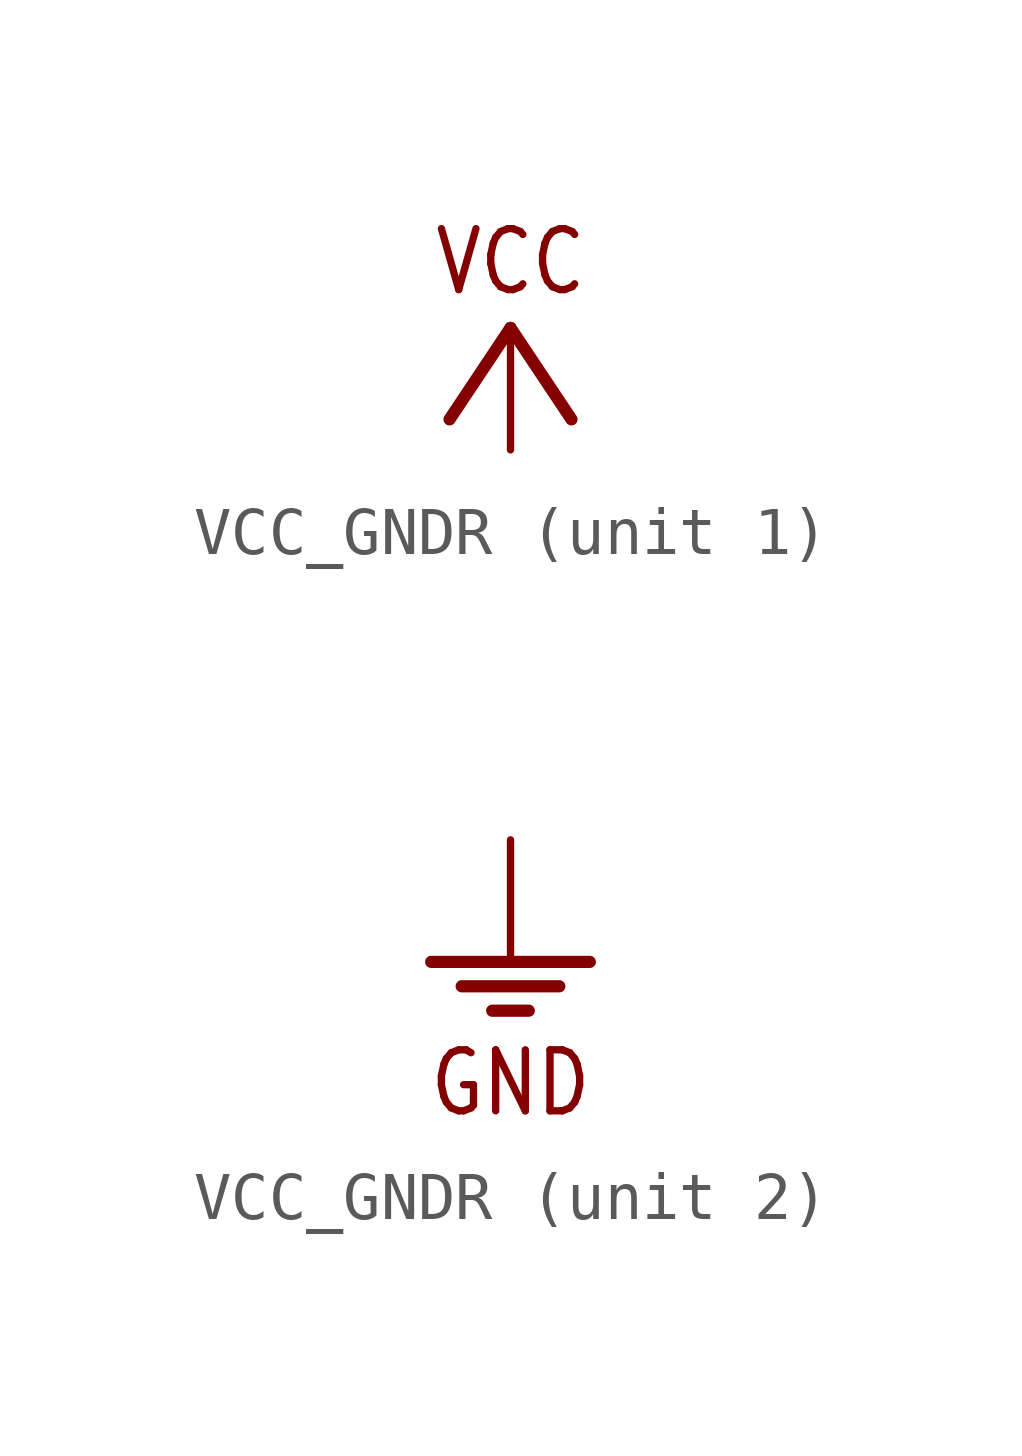
<source format=kicad_sym>
(kicad_symbol_lib
  (version 20201005)
  (generator kicad_symbol_editor)
  (symbol "VCC_GNDR"
    (property "Reference" "S"
      (at 0 0 0)
      (effects (font (size 1.27 1.27)) hide))
    (property "ki_locked" ""
      (at 0 0 0)
      (effects (font (size 1.27 1.27))))
    (symbol "VCC_GNDR_1_0"
      (text "VCC" (at 0 3.175 0) (effects (font (size 1.27 1.079)) (justify bottom)))
      (polyline (pts (xy 0 2.54) (xy -1.27 0.635)) (stroke (width 0.254)) (fill (type none)))
      (polyline (pts (xy 1.27 0.635) (xy 0 2.54)) (stroke (width 0.254)) (fill (type none)))
      (pin power_in line (at 0 0 90) (length 2.54) (name "VCC" (effects (font (size 0 0)))) (number "2" (effects (font (size 0 0))))))
    (symbol "VCC_GNDR_2_0"
      (text "GND" (at 0 -4.318 0) (effects (font (size 1.27 1.079)) (justify top)))
      (polyline (pts (xy -1.651 -2.54) (xy 1.651 -2.54)) (stroke (width 0.254)) (fill (type none)))
      (polyline (pts (xy -1.016 -3.048) (xy 1.016 -3.048)) (stroke (width 0.254)) (fill (type none)))
      (polyline (pts (xy -0.381 -3.556) (xy 0.381 -3.556)) (stroke (width 0.254)) (fill (type none)))
      (pin power_in line (at 0 0 270) (length 2.54) (name "GND" (effects (font (size 0 0)))) (number "1" (effects (font (size 0 0))))))))
</source>
